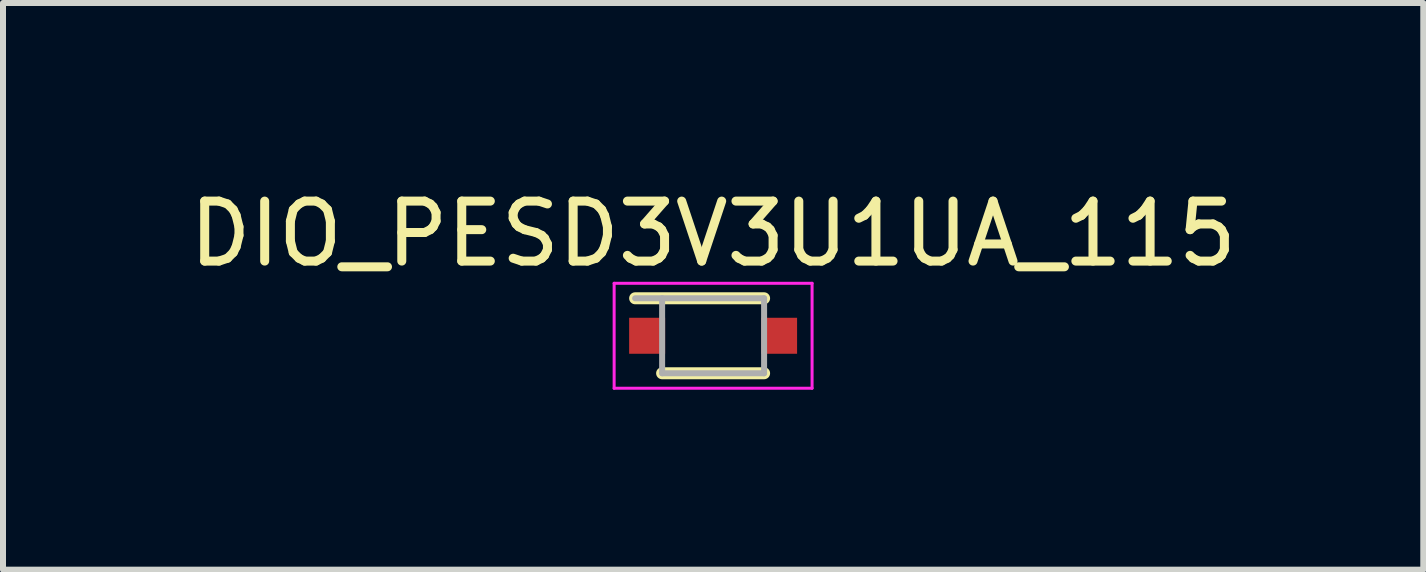
<source format=kicad_pcb>
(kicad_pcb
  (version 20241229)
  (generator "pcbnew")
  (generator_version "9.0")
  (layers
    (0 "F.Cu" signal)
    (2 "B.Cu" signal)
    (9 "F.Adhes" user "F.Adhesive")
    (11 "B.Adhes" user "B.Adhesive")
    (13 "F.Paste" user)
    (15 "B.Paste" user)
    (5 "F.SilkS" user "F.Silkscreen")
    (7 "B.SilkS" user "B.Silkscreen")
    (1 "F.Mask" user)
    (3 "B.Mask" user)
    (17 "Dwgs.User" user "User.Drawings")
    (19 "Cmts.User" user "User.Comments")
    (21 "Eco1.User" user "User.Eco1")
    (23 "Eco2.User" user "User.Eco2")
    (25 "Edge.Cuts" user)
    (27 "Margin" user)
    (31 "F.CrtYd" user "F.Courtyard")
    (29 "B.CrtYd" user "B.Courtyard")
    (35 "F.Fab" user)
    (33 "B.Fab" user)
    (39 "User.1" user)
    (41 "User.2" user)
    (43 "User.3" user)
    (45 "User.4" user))
  (footprint "DIO_PESD3V3U1UA_115"
    (layer "F.Cu")
    (at 8.839 2.548)
    (property "Reference" "DIO_PESD3V3U1UA_115" (at 0 -1.7 0) (layer "F.SilkS") (effects (font (size 1 1) (thickness 0.15))))
    (attr smd)
    (fp_poly (pts (xy -1.35 -0.25) (xy -0.85 -0.25) (xy -0.85 0.25) (xy -1.35 0.25)) (stroke (width 0.01) (type solid)) (fill yes) (layer "F.Mask"))
    (fp_poly (pts (xy 0.85 -0.25) (xy 1.35 -0.25) (xy 1.35 0.25) (xy 0.85 0.25)) (stroke (width 0.01) (type solid)) (fill yes) (layer "F.Mask"))
    (fp_line (start -1.3 -0.625) (end 0.85 -0.625) (stroke (width 0.2) (type solid)) (layer "F.SilkS"))
    (fp_line (start 0.85 0.625) (end -0.85 0.625) (stroke (width 0.2) (type solid)) (layer "F.SilkS"))
    (fp_poly (pts (xy -1.35 -0.25) (xy -0.85 -0.25) (xy -0.85 0.25) (xy -1.35 0.25)) (stroke (width 0.01) (type solid)) (fill yes) (layer "F.Paste"))
    (fp_poly (pts (xy 0.85 -0.25) (xy 1.35 -0.25) (xy 1.35 0.25) (xy 0.85 0.25)) (stroke (width 0.01) (type solid)) (fill yes) (layer "F.Paste"))
    (fp_line (start -1.65 -0.875) (end 1.65 -0.875) (stroke (width 0.05) (type solid)) (layer "F.CrtYd"))
    (fp_line (start -1.65 0.875) (end -1.65 -0.875) (stroke (width 0.05) (type solid)) (layer "F.CrtYd"))
    (fp_line (start 1.65 -0.875) (end 1.65 0.875) (stroke (width 0.05) (type solid)) (layer "F.CrtYd"))
    (fp_line (start 1.65 0.875) (end -1.65 0.875) (stroke (width 0.05) (type solid)) (layer "F.CrtYd"))
    (fp_line (start -1.3 -0.625) (end 0.85 -0.625) (stroke (width 0.1) (type solid)) (layer "F.Fab"))
    (fp_line (start -0.85 0.625) (end -0.85 -0.625) (stroke (width 0.1) (type solid)) (layer "F.Fab"))
    (fp_line (start 0.85 -0.625) (end 0.85 0.625) (stroke (width 0.1) (type solid)) (layer "F.Fab"))
    (fp_line (start 0.85 0.625) (end -0.85 0.625) (stroke (width 0.1) (type solid)) (layer "F.Fab"))
    (pad "1" smd rect (at -1.1 0) (size 0.6 0.6) (layers "F.Cu"))
    (pad "2" smd rect (at 1.1 0) (size 0.6 0.6) (layers "F.Cu")))
  (gr_rect
    (start -3 -3)
    (end 20.679 6.448)
    (stroke (width 0.1) (type default))
    (fill no)
    (layer "Edge.Cuts")))
</source>
